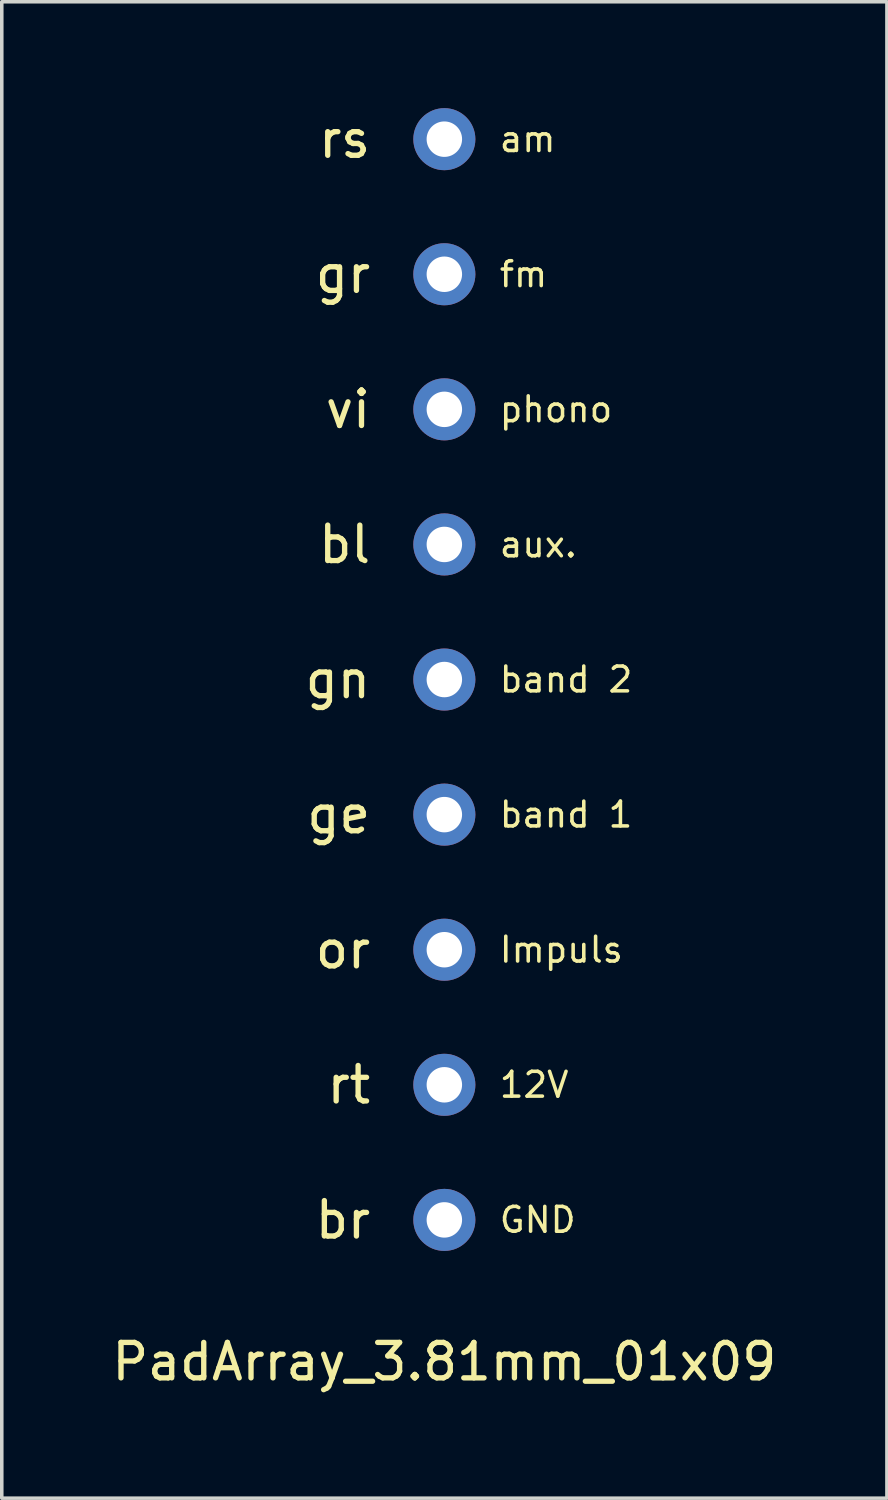
<source format=kicad_pcb>
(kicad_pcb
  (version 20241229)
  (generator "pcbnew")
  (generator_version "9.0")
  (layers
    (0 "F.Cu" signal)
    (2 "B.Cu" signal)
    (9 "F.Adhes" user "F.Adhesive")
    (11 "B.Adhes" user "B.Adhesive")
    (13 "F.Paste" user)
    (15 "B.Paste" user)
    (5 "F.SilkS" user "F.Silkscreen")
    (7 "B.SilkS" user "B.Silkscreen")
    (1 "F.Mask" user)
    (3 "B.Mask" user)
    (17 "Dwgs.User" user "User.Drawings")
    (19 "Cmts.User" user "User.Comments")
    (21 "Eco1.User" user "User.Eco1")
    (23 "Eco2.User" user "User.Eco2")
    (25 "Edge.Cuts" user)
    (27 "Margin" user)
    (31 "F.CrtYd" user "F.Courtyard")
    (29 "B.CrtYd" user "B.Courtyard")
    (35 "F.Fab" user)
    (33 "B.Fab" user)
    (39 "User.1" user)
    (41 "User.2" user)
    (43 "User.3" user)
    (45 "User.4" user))
  (footprint "PadArray_3.81mm_01x09"
    (layer "F.Cu")
    (at 9.482 0.875)
    (property "Reference" "PadArray_3.81mm_01x09" (at 0 34.48 0) (layer "F.SilkS") (effects (font (size 1 1) (thickness 0.15))))
    (attr through_hole)
    (fp_text user "GND" (at 1.5 30.48 0) (layer "F.SilkS") (effects (font (size 0.7 0.7) (thickness 0.1)) (justify left)))
    (fp_text user "12V" (at 1.5 26.67 0) (layer "F.SilkS") (effects (font (size 0.7 0.7) (thickness 0.1)) (justify left)))
    (fp_text user "br" (at -2 30.48 0) (layer "F.SilkS") (effects (font (size 1 1) (thickness 0.15)) (justify right)))
    (fp_text user "phono" (at 1.5 7.62 0) (layer "F.SilkS") (effects (font (size 0.7 0.7) (thickness 0.1)) (justify left)))
    (fp_text user "aux." (at 1.5 11.43 0) (layer "F.SilkS") (effects (font (size 0.7 0.7) (thickness 0.1)) (justify left)))
    (fp_text user "Impuls" (at 1.5 22.86 0) (layer "F.SilkS") (effects (font (size 0.7 0.7) (thickness 0.1)) (justify left)))
    (fp_text user "gr" (at -2 3.81 0) (layer "F.SilkS") (effects (font (size 1 1) (thickness 0.15)) (justify right)))
    (fp_text user "rs" (at -2 0 0) (layer "F.SilkS") (effects (font (size 1 1) (thickness 0.15)) (justify right)))
    (fp_text user "band 1" (at 1.5 19.05 0) (layer "F.SilkS") (effects (font (size 0.7 0.7) (thickness 0.1)) (justify left)))
    (fp_text user "gn" (at -2 15.24 0) (layer "F.SilkS") (effects (font (size 1 1) (thickness 0.15)) (justify right)))
    (fp_text user "fm" (at 1.5 3.81 0) (layer "F.SilkS") (effects (font (size 0.7 0.7) (thickness 0.1)) (justify left)))
    (fp_text user "bl" (at -2 11.43 0) (layer "F.SilkS") (effects (font (size 1 1) (thickness 0.15)) (justify right)))
    (fp_text user "am" (at 1.5 0 0) (layer "F.SilkS") (effects (font (size 0.7 0.7) (thickness 0.1)) (justify left)))
    (fp_text user "ge" (at -2 19.05 0) (layer "F.SilkS") (effects (font (size 1 1) (thickness 0.15)) (justify right)))
    (fp_text user "or" (at -2 22.86 0) (layer "F.SilkS") (effects (font (size 1 1) (thickness 0.15)) (justify right)))
    (fp_text user "rt" (at -2 26.67 0) (layer "F.SilkS") (effects (font (size 1 1) (thickness 0.15)) (justify right)))
    (fp_text user "vi" (at -2 7.62 0) (layer "F.SilkS") (effects (font (size 1 1) (thickness 0.15)) (justify right)))
    (fp_text user "band 2" (at 1.5 15.24 0) (layer "F.SilkS") (effects (font (size 0.7 0.7) (thickness 0.1)) (justify left)))
    (pad "1" thru_hole circle (at 0 0) (size 1.75 1.75) (drill 1) (layers "*.Cu" "*.Mask"))
    (pad "2" thru_hole circle (at 0 3.81) (size 1.75 1.75) (drill 1) (layers "*.Cu" "*.Mask"))
    (pad "3" thru_hole circle (at 0 7.62) (size 1.75 1.75) (drill 1) (layers "*.Cu" "*.Mask"))
    (pad "4" thru_hole circle (at 0 11.43) (size 1.75 1.75) (drill 1) (layers "*.Cu" "*.Mask"))
    (pad "5" thru_hole circle (at 0 15.24) (size 1.75 1.75) (drill 1) (layers "*.Cu" "*.Mask"))
    (pad "6" thru_hole circle (at 0 19.05) (size 1.75 1.75) (drill 1) (layers "*.Cu" "*.Mask"))
    (pad "7" thru_hole circle (at 0 22.86) (size 1.75 1.75) (drill 1) (layers "*.Cu" "*.Mask"))
    (pad "8" thru_hole circle (at 0 26.67) (size 1.75 1.75) (drill 1) (layers "*.Cu" "*.Mask"))
    (pad "9" thru_hole circle (at 0 30.48) (size 1.75 1.75) (drill 1) (layers "*.Cu" "*.Mask")))
  (gr_rect
    (start -3 -3)
    (end 21.964 39.203)
    (stroke (width 0.1) (type default))
    (fill no)
    (layer "Edge.Cuts")))
</source>
